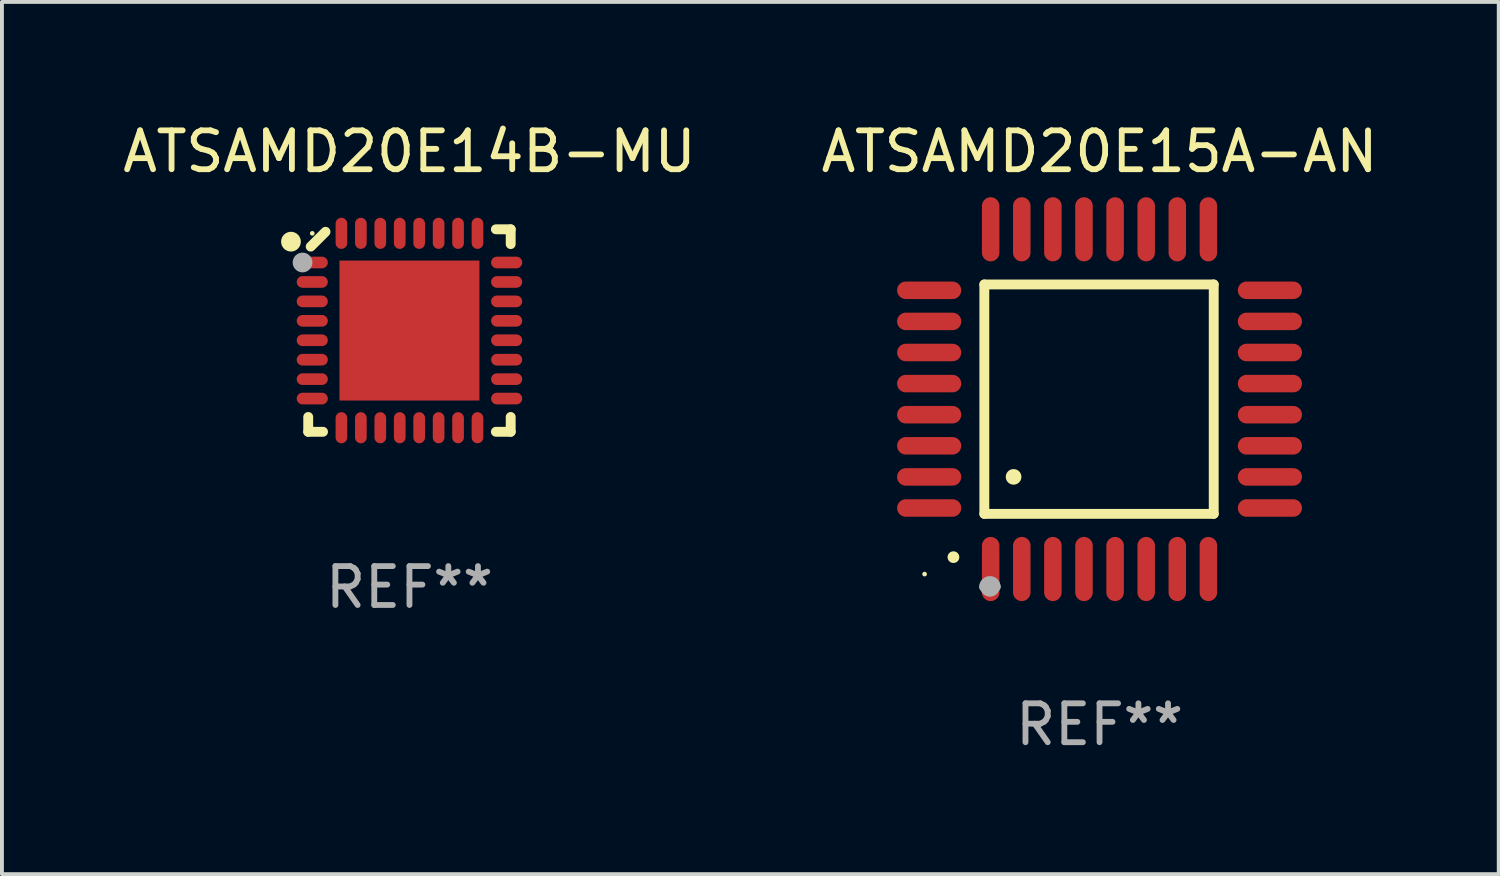
<source format=kicad_pcb>
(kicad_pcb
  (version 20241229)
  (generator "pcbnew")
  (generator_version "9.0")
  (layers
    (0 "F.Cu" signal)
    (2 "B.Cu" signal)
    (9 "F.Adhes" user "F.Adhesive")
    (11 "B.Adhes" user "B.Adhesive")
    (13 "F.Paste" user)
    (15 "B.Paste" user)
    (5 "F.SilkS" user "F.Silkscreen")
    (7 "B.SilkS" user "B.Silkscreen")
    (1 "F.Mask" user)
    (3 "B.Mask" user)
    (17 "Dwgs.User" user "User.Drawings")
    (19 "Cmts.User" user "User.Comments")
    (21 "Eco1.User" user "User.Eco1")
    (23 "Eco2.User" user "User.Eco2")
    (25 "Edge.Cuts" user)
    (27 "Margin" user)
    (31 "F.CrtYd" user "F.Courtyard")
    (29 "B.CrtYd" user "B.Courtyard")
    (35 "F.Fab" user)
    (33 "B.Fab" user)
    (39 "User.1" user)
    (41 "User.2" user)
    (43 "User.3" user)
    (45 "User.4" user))
  (footprint "ATSAMD20E14B-MU"
    (layer "F.Cu")
    (at 7.482 5.452)
    (property "Reference" "ATSAMD20E14B-MU" (at 0 -4.604 0) (layer "F.SilkS") (effects (font (size 1 1) (thickness 0.15))))
    (attr through_hole)
    (fp_line (start -2.604 2.223) (end -2.604 2.604) (stroke (width 0.254) (type solid)) (layer "F.SilkS"))
    (fp_line (start -2.604 2.604) (end -2.223 2.604) (stroke (width 0.254) (type solid)) (layer "F.SilkS"))
    (fp_line (start -2.159 -2.54) (end -2.54 -2.159) (stroke (width 0.254) (type solid)) (layer "F.SilkS"))
    (fp_line (start 2.223 2.604) (end 2.604 2.604) (stroke (width 0.254) (type solid)) (layer "F.SilkS"))
    (fp_line (start 2.604 -2.604) (end 2.223 -2.604) (stroke (width 0.254) (type solid)) (layer "F.SilkS"))
    (fp_line (start 2.604 -2.223) (end 2.604 -2.604) (stroke (width 0.254) (type solid)) (layer "F.SilkS"))
    (fp_line (start 2.604 2.604) (end 2.604 2.223) (stroke (width 0.254) (type solid)) (layer "F.SilkS"))
    (fp_circle (center -3.048 -2.286) (end -2.921 -2.286) (stroke (width 0.254) (type solid)) (fill no) (layer "F.SilkS"))
    (fp_circle (center -2.5 -2.5) (end -2.47 -2.5) (stroke (width 0.06) (type solid)) (fill no) (layer "F.SilkS"))
    (fp_circle (center -2.75 -1.75) (end -2.623 -1.75) (stroke (width 0.254) (type solid)) (fill no) (layer "F.Fab"))
    (fp_text user "REF**" (at 0 6.604 0) (layer "F.Fab") (effects (font (size 1 1) (thickness 0.15))))
    (pad "1" smd oval (at -2.5 -1.75) (size 0.8 0.3) (layers "F.Cu" "F.Mask" "F.Paste"))
    (pad "2" smd oval (at -2.5 -1.25) (size 0.8 0.3) (layers "F.Cu" "F.Mask" "F.Paste"))
    (pad "3" smd oval (at -2.5 -0.75) (size 0.8 0.3) (layers "F.Cu" "F.Mask" "F.Paste"))
    (pad "4" smd oval (at -2.5 -0.25) (size 0.8 0.3) (layers "F.Cu" "F.Mask" "F.Paste"))
    (pad "5" smd oval (at -2.5 0.25) (size 0.8 0.3) (layers "F.Cu" "F.Mask" "F.Paste"))
    (pad "6" smd oval (at -2.5 0.75) (size 0.8 0.3) (layers "F.Cu" "F.Mask" "F.Paste"))
    (pad "7" smd oval (at -2.5 1.25) (size 0.8 0.3) (layers "F.Cu" "F.Mask" "F.Paste"))
    (pad "8" smd oval (at -2.5 1.75) (size 0.8 0.3) (layers "F.Cu" "F.Mask" "F.Paste"))
    (pad "9" smd oval (at -1.75 2.5) (size 0.3 0.8) (layers "F.Cu" "F.Mask" "F.Paste"))
    (pad "10" smd oval (at -1.25 2.5) (size 0.3 0.8) (layers "F.Cu" "F.Mask" "F.Paste"))
    (pad "11" smd oval (at -0.75 2.5) (size 0.3 0.8) (layers "F.Cu" "F.Mask" "F.Paste"))
    (pad "12" smd oval (at -0.25 2.5) (size 0.3 0.8) (layers "F.Cu" "F.Mask" "F.Paste"))
    (pad "13" smd oval (at 0.25 2.5) (size 0.3 0.8) (layers "F.Cu" "F.Mask" "F.Paste"))
    (pad "14" smd oval (at 0.75 2.5) (size 0.3 0.8) (layers "F.Cu" "F.Mask" "F.Paste"))
    (pad "15" smd oval (at 1.25 2.5) (size 0.3 0.8) (layers "F.Cu" "F.Mask" "F.Paste"))
    (pad "16" smd oval (at 1.75 2.5) (size 0.3 0.8) (layers "F.Cu" "F.Mask" "F.Paste"))
    (pad "17" smd oval (at 2.5 1.75) (size 0.8 0.3) (layers "F.Cu" "F.Mask" "F.Paste"))
    (pad "18" smd oval (at 2.5 1.25) (size 0.8 0.3) (layers "F.Cu" "F.Mask" "F.Paste"))
    (pad "19" smd oval (at 2.5 0.75) (size 0.8 0.3) (layers "F.Cu" "F.Mask" "F.Paste"))
    (pad "20" smd oval (at 2.5 0.25) (size 0.8 0.3) (layers "F.Cu" "F.Mask" "F.Paste"))
    (pad "21" smd oval (at 2.5 -0.25) (size 0.8 0.3) (layers "F.Cu" "F.Mask" "F.Paste"))
    (pad "22" smd oval (at 2.5 -0.75) (size 0.8 0.3) (layers "F.Cu" "F.Mask" "F.Paste"))
    (pad "23" smd oval (at 2.5 -1.25) (size 0.8 0.3) (layers "F.Cu" "F.Mask" "F.Paste"))
    (pad "24" smd oval (at 2.5 -1.75) (size 0.8 0.3) (layers "F.Cu" "F.Mask" "F.Paste"))
    (pad "25" smd oval (at 1.75 -2.5) (size 0.3 0.8) (layers "F.Cu" "F.Mask" "F.Paste"))
    (pad "26" smd oval (at 1.25 -2.5) (size 0.3 0.8) (layers "F.Cu" "F.Mask" "F.Paste"))
    (pad "27" smd oval (at 0.75 -2.5) (size 0.3 0.8) (layers "F.Cu" "F.Mask" "F.Paste"))
    (pad "28" smd oval (at 0.25 -2.5) (size 0.3 0.8) (layers "F.Cu" "F.Mask" "F.Paste"))
    (pad "29" smd oval (at -0.25 -2.5) (size 0.3 0.8) (layers "F.Cu" "F.Mask" "F.Paste"))
    (pad "30" smd oval (at -0.75 -2.5) (size 0.3 0.8) (layers "F.Cu" "F.Mask" "F.Paste"))
    (pad "31" smd oval (at -1.25 -2.5) (size 0.3 0.8) (layers "F.Cu" "F.Mask" "F.Paste"))
    (pad "32" smd oval (at -1.75 -2.5) (size 0.3 0.8) (layers "F.Cu" "F.Mask" "F.Paste"))
    (pad "33" smd rect (at -0.000076 0) (size 3.6 3.6) (layers "F.Cu" "F.Mask" "F.Paste")))
  (footprint "ATSAMD20E15A-AN"
    (layer "F.Cu")
    (at 25.232 7.217)
    (property "Reference" "ATSAMD20E15A-AN" (at 0 -6.369 0) (layer "F.SilkS") (effects (font (size 1 1) (thickness 0.15))))
    (attr through_hole)
    (fp_line (start -2.963 -2.95) (end -2.963 2.95) (stroke (width 0.254) (type solid)) (layer "F.SilkS"))
    (fp_line (start -2.963 2.95) (end 2.937 2.95) (stroke (width 0.254) (type solid)) (layer "F.SilkS"))
    (fp_line (start 2.937 -2.95) (end -2.963 -2.95) (stroke (width 0.254) (type solid)) (layer "F.SilkS"))
    (fp_line (start 2.937 2.95) (end 2.937 -2.95) (stroke (width 0.254) (type solid)) (layer "F.SilkS"))
    (fp_arc (start -3.759208 4.064008) (mid -3.757938 4.064003) (end -3.756668 4.064008) (stroke (width 0.3) (type solid)) (layer "F.SilkS"))
    (fp_arc (start -2.212344 1.998984) (mid -2.211074 1.99898) (end -2.209804 1.998984) (stroke (width 0.4) (type solid)) (layer "F.SilkS"))
    (fp_circle (center -4.5 4.5) (end -4.47 4.5) (stroke (width 0.06) (type solid)) (fill no) (layer "F.SilkS"))
    (fp_arc (start -2.967489 4.82601) (mid -2.819406 4.677927) (end -2.671323 4.82601) (stroke (width 0.254001) (type solid)) (layer "F.Fab"))
    (fp_arc (start -2.967488 4.82601) (mid -2.819406 4.791053) (end -2.671324 4.82601) (stroke (width 0.254001) (type solid)) (layer "F.Fab"))
    (fp_circle (center -2.819 4.826) (end -2.692 4.826) (stroke (width 0.254) (type solid)) (fill no) (layer "F.Fab"))
    (fp_text user "REF**" (at 0 8.369 0) (layer "F.Fab") (effects (font (size 1 1) (thickness 0.15))))
    (pad "1" smd oval (at -2.8 4.369) (size 0.45 1.65) (layers "F.Cu" "F.Mask" "F.Paste"))
    (pad "2" smd oval (at -2 4.369) (size 0.45 1.65) (layers "F.Cu" "F.Mask" "F.Paste"))
    (pad "3" smd oval (at -1.2 4.369) (size 0.45 1.65) (layers "F.Cu" "F.Mask" "F.Paste"))
    (pad "4" smd oval (at -0.4 4.369) (size 0.45 1.65) (layers "F.Cu" "F.Mask" "F.Paste"))
    (pad "5" smd oval (at 0.4 4.369) (size 0.45 1.65) (layers "F.Cu" "F.Mask" "F.Paste"))
    (pad "6" smd oval (at 1.2 4.369) (size 0.45 1.65) (layers "F.Cu" "F.Mask" "F.Paste"))
    (pad "7" smd oval (at 2 4.369) (size 0.45 1.65) (layers "F.Cu" "F.Mask" "F.Paste"))
    (pad "8" smd oval (at 2.8 4.369) (size 0.45 1.65) (layers "F.Cu" "F.Mask" "F.Paste"))
    (pad "9" smd oval (at 4.382 2.8) (size 1.65 0.45) (layers "F.Cu" "F.Mask" "F.Paste"))
    (pad "10" smd oval (at 4.382 2) (size 1.65 0.45) (layers "F.Cu" "F.Mask" "F.Paste"))
    (pad "11" smd oval (at 4.382 1.2) (size 1.65 0.45) (layers "F.Cu" "F.Mask" "F.Paste"))
    (pad "12" smd oval (at 4.382 0.4) (size 1.65 0.45) (layers "F.Cu" "F.Mask" "F.Paste"))
    (pad "13" smd oval (at 4.382 -0.4) (size 1.65 0.45) (layers "F.Cu" "F.Mask" "F.Paste"))
    (pad "14" smd oval (at 4.382 -1.2) (size 1.65 0.45) (layers "F.Cu" "F.Mask" "F.Paste"))
    (pad "15" smd oval (at 4.382 -2) (size 1.65 0.45) (layers "F.Cu" "F.Mask" "F.Paste"))
    (pad "16" smd oval (at 4.382 -2.8) (size 1.65 0.45) (layers "F.Cu" "F.Mask" "F.Paste"))
    (pad "17" smd oval (at 2.8 -4.369) (size 0.45 1.65) (layers "F.Cu" "F.Mask" "F.Paste"))
    (pad "18" smd oval (at 2 -4.369) (size 0.45 1.65) (layers "F.Cu" "F.Mask" "F.Paste"))
    (pad "19" smd oval (at 1.2 -4.369) (size 0.45 1.65) (layers "F.Cu" "F.Mask" "F.Paste"))
    (pad "20" smd oval (at 0.4 -4.369) (size 0.45 1.65) (layers "F.Cu" "F.Mask" "F.Paste"))
    (pad "21" smd oval (at -0.4 -4.369) (size 0.45 1.65) (layers "F.Cu" "F.Mask" "F.Paste"))
    (pad "22" smd oval (at -1.2 -4.369) (size 0.45 1.65) (layers "F.Cu" "F.Mask" "F.Paste"))
    (pad "23" smd oval (at -2 -4.369) (size 0.45 1.65) (layers "F.Cu" "F.Mask" "F.Paste"))
    (pad "24" smd oval (at -2.8 -4.369) (size 0.45 1.65) (layers "F.Cu" "F.Mask" "F.Paste"))
    (pad "25" smd oval (at -4.382 -2.8) (size 1.65 0.45) (layers "F.Cu" "F.Mask" "F.Paste"))
    (pad "26" smd oval (at -4.382 -2) (size 1.65 0.45) (layers "F.Cu" "F.Mask" "F.Paste"))
    (pad "27" smd oval (at -4.382 -1.2) (size 1.65 0.45) (layers "F.Cu" "F.Mask" "F.Paste"))
    (pad "28" smd oval (at -4.382 -0.4) (size 1.65 0.45) (layers "F.Cu" "F.Mask" "F.Paste"))
    (pad "29" smd oval (at -4.382 0.4) (size 1.65 0.45) (layers "F.Cu" "F.Mask" "F.Paste"))
    (pad "30" smd oval (at -4.382 1.2) (size 1.65 0.45) (layers "F.Cu" "F.Mask" "F.Paste"))
    (pad "31" smd oval (at -4.382 2) (size 1.65 0.45) (layers "F.Cu" "F.Mask" "F.Paste"))
    (pad "32" smd oval (at -4.382 2.8) (size 1.65 0.45) (layers "F.Cu" "F.Mask" "F.Paste")))
  (gr_rect
    (start -3 -3)
    (end 35.5 19.434)
    (stroke (width 0.1) (type default))
    (fill no)
    (layer "Edge.Cuts")))
</source>
